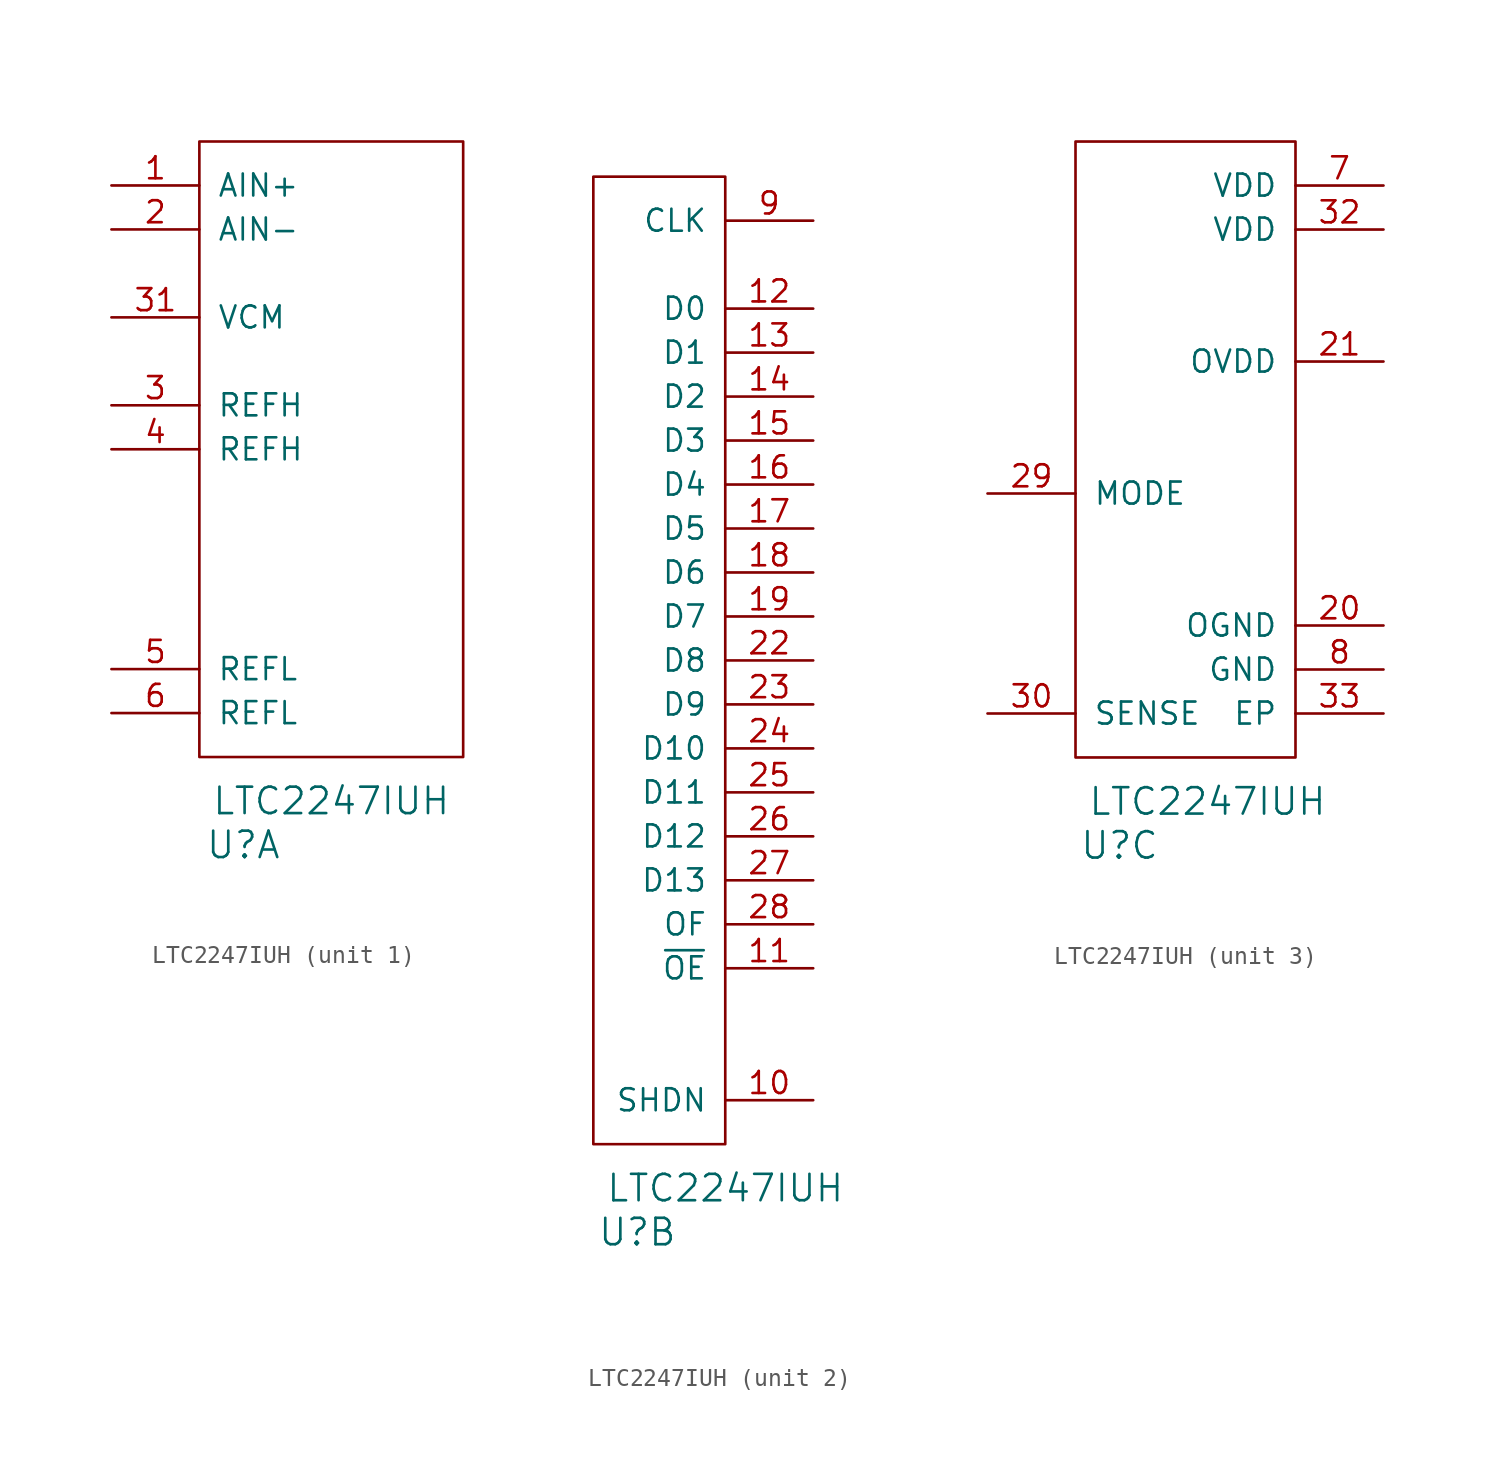
<source format=kicad_sym>
(kicad_symbol_lib
  (version 20220914)
  (generator kicad_symbol_editor)
  (symbol "LTC2247IUH"
    (pin_names
      (offset 1.016))
    (property "Reference" "U"
      (at 2.54 -5.08 0)
      (effects (font (size 1.524 1.524))))
    (property "Value" "LTC2247IUH"
      (at 7.62 -2.54 0)
      (effects (font (size 1.524 1.524))))
    (property "ki_locked" ""
      (at 0 0 0)
      (effects (font (size 1.27 1.27))))
    (symbol "LTC2247IUH_1_1"
      (rectangle (start 0 0) (end 15.24 35.56) (stroke (width 0) (type solid)) (fill (type none)))
      (pin input line (at -5.08 33.02 0) (length 5.08) (name "AIN+" (effects (font (size 1.27 1.27)))) (number "1" (effects (font (size 1.27 1.27)))))
      (pin input line (at -5.08 30.48 0) (length 5.08) (name "AIN-" (effects (font (size 1.27 1.27)))) (number "2" (effects (font (size 1.27 1.27)))))
      (pin passive line (at -5.08 20.32 0) (length 5.08) (name "REFH" (effects (font (size 1.27 1.27)))) (number "3" (effects (font (size 1.27 1.27)))))
      (pin passive line (at -5.08 25.4 0) (length 5.08) (name "VCM" (effects (font (size 1.27 1.27)))) (number "31" (effects (font (size 1.27 1.27)))))
      (pin passive line (at -5.08 17.78 0) (length 5.08) (name "REFH" (effects (font (size 1.27 1.27)))) (number "4" (effects (font (size 1.27 1.27)))))
      (pin passive line (at -5.08 5.08 0) (length 5.08) (name "REFL" (effects (font (size 1.27 1.27)))) (number "5" (effects (font (size 1.27 1.27)))))
      (pin passive line (at -5.08 2.54 0) (length 5.08) (name "REFL" (effects (font (size 1.27 1.27)))) (number "6" (effects (font (size 1.27 1.27))))))
    (symbol "LTC2247IUH_2_1"
      (rectangle (start 7.62 55.88) (end 0 0) (stroke (width 0) (type solid)) (fill (type none)))
      (pin input line (at 12.7 2.54 180) (length 5.08) (name "SHDN" (effects (font (size 1.27 1.27)))) (number "10" (effects (font (size 1.27 1.27)))))
      (pin input line (at 12.7 10.16 180) (length 5.08) (name "~{OE}" (effects (font (size 1.27 1.27)))) (number "11" (effects (font (size 1.27 1.27)))))
      (pin output line (at 12.7 48.26 180) (length 5.08) (name "D0" (effects (font (size 1.27 1.27)))) (number "12" (effects (font (size 1.27 1.27)))))
      (pin output line (at 12.7 45.72 180) (length 5.08) (name "D1" (effects (font (size 1.27 1.27)))) (number "13" (effects (font (size 1.27 1.27)))))
      (pin output line (at 12.7 43.18 180) (length 5.08) (name "D2" (effects (font (size 1.27 1.27)))) (number "14" (effects (font (size 1.27 1.27)))))
      (pin output line (at 12.7 40.64 180) (length 5.08) (name "D3" (effects (font (size 1.27 1.27)))) (number "15" (effects (font (size 1.27 1.27)))))
      (pin output line (at 12.7 38.1 180) (length 5.08) (name "D4" (effects (font (size 1.27 1.27)))) (number "16" (effects (font (size 1.27 1.27)))))
      (pin output line (at 12.7 35.56 180) (length 5.08) (name "D5" (effects (font (size 1.27 1.27)))) (number "17" (effects (font (size 1.27 1.27)))))
      (pin output line (at 12.7 33.02 180) (length 5.08) (name "D6" (effects (font (size 1.27 1.27)))) (number "18" (effects (font (size 1.27 1.27)))))
      (pin output line (at 12.7 30.48 180) (length 5.08) (name "D7" (effects (font (size 1.27 1.27)))) (number "19" (effects (font (size 1.27 1.27)))))
      (pin output line (at 12.7 27.94 180) (length 5.08) (name "D8" (effects (font (size 1.27 1.27)))) (number "22" (effects (font (size 1.27 1.27)))))
      (pin output line (at 12.7 25.4 180) (length 5.08) (name "D9" (effects (font (size 1.27 1.27)))) (number "23" (effects (font (size 1.27 1.27)))))
      (pin output line (at 12.7 22.86 180) (length 5.08) (name "D10" (effects (font (size 1.27 1.27)))) (number "24" (effects (font (size 1.27 1.27)))))
      (pin output line (at 12.7 20.32 180) (length 5.08) (name "D11" (effects (font (size 1.27 1.27)))) (number "25" (effects (font (size 1.27 1.27)))))
      (pin output line (at 12.7 17.78 180) (length 5.08) (name "D12" (effects (font (size 1.27 1.27)))) (number "26" (effects (font (size 1.27 1.27)))))
      (pin output line (at 12.7 15.24 180) (length 5.08) (name "D13" (effects (font (size 1.27 1.27)))) (number "27" (effects (font (size 1.27 1.27)))))
      (pin output line (at 12.7 12.7 180) (length 5.08) (name "OF" (effects (font (size 1.27 1.27)))) (number "28" (effects (font (size 1.27 1.27)))))
      (pin input line (at 12.7 53.34 180) (length 5.08) (name "CLK" (effects (font (size 1.27 1.27)))) (number "9" (effects (font (size 1.27 1.27))))))
    (symbol "LTC2247IUH_3_1"
      (rectangle (start 0 0) (end 12.7 35.56) (stroke (width 0) (type solid)) (fill (type none)))
      (pin power_in line (at 17.78 7.62 180) (length 5.08) (name "OGND" (effects (font (size 1.27 1.27)))) (number "20" (effects (font (size 1.27 1.27)))))
      (pin power_in line (at 17.78 22.86 180) (length 5.08) (name "OVDD" (effects (font (size 1.27 1.27)))) (number "21" (effects (font (size 1.27 1.27)))))
      (pin input line (at -5.08 15.24 0) (length 5.08) (name "MODE" (effects (font (size 1.27 1.27)))) (number "29" (effects (font (size 1.27 1.27)))))
      (pin input line (at -5.08 2.54 0) (length 5.08) (name "SENSE" (effects (font (size 1.27 1.27)))) (number "30" (effects (font (size 1.27 1.27)))))
      (pin power_in line (at 17.78 30.48 180) (length 5.08) (name "VDD" (effects (font (size 1.27 1.27)))) (number "32" (effects (font (size 1.27 1.27)))))
      (pin power_in line (at 17.78 2.54 180) (length 5.08) (name "EP" (effects (font (size 1.27 1.27)))) (number "33" (effects (font (size 1.27 1.27)))))
      (pin power_in line (at 17.78 33.02 180) (length 5.08) (name "VDD" (effects (font (size 1.27 1.27)))) (number "7" (effects (font (size 1.27 1.27)))))
      (pin power_in line (at 17.78 5.08 180) (length 5.08) (name "GND" (effects (font (size 1.27 1.27)))) (number "8" (effects (font (size 1.27 1.27))))))))
</source>
